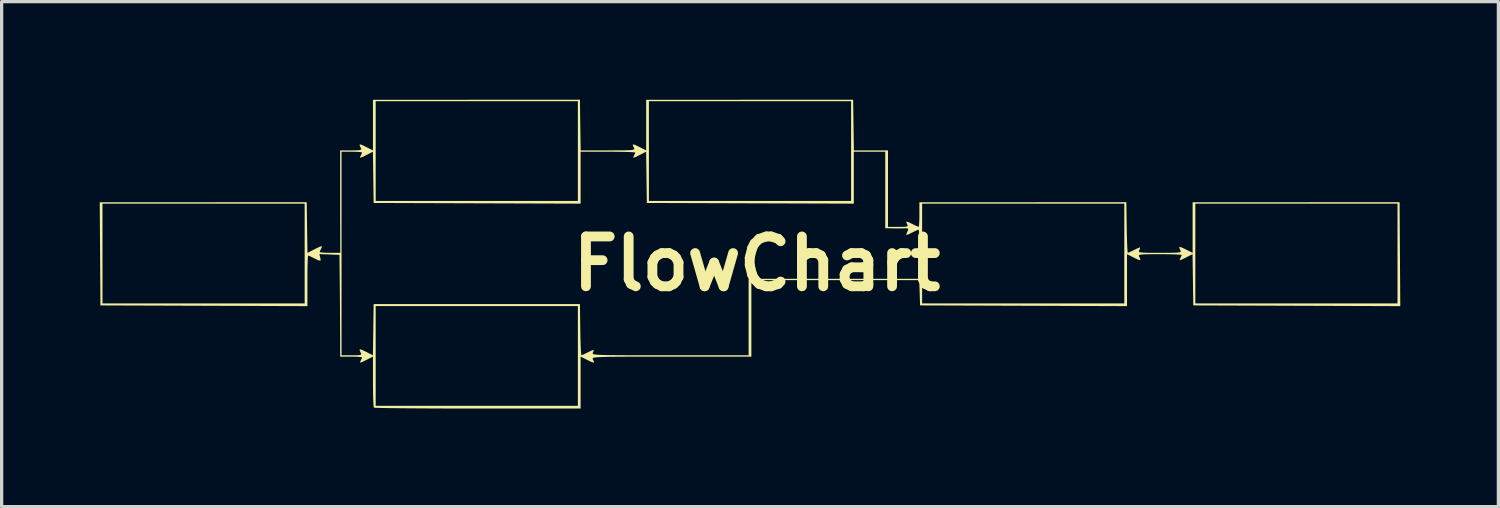
<source format=kicad_pcb>
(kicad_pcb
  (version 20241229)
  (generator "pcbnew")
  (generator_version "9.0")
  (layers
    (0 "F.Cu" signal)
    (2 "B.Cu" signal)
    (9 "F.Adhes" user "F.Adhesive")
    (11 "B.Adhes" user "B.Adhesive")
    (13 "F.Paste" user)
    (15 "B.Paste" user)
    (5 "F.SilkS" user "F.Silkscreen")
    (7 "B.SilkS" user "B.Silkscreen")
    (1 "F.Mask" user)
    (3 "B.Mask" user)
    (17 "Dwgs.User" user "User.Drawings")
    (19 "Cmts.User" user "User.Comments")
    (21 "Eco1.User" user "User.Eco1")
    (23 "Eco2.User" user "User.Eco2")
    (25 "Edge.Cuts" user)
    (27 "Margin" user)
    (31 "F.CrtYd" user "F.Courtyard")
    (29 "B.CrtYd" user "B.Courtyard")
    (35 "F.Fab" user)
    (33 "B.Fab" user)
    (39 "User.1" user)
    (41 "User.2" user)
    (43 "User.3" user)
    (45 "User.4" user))
  (footprint "FlowChart"
    (layer "F.Cu")
    (at 20.095 5.016)
    (property "Reference" "FlowChart" (at 0 0 0) (layer "F.SilkS") (effects (font (size 1.524 1.524) (thickness 0.3))))
    (attr board_only exclude_from_pos_files exclude_from_bom)
    (fp_poly (pts (xy 2.957 -4.241) (xy 2.968 -3.467) (xy 4.011 -3.467) (xy 4.011 -1.128) (xy 4.325 -1.128) (xy 4.484 -1.129) (xy 4.574 -1.136) (xy 4.611 -1.153) (xy 4.608 -1.185) (xy 4.595 -1.212) (xy 4.569 -1.271) (xy 4.583 -1.29) (xy 4.649 -1.267) (xy 4.763 -1.212) (xy 4.867 -1.161) (xy 4.937 -1.131) (xy 4.949 -1.128) (xy 4.959 -1.167) (xy 4.966 -1.27) (xy 4.971 -1.42) (xy 4.971 -1.504) (xy 4.971 -1.88) (xy 6.016 -1.881) (xy 6.276 -1.881) (xy 6.606 -1.881) (xy 6.991 -1.881) (xy 7.418 -1.881) (xy 7.873 -1.881) (xy 8.341 -1.881) (xy 8.81 -1.882) (xy 9.18 -1.882) (xy 11.3 -1.882) (xy 11.312 -1.108) (xy 11.317 -0.864) (xy 11.323 -0.652) (xy 11.33 -0.484) (xy 11.337 -0.374) (xy 11.345 -0.334) (xy 11.345 -0.334) (xy 11.392 -0.352) (xy 11.485 -0.395) (xy 11.53 -0.418) (xy 11.635 -0.469) (xy 11.706 -0.498) (xy 11.718 -0.501) (xy 11.72 -0.471) (xy 11.697 -0.418) (xy 11.684 -0.387) (xy 11.688 -0.364) (xy 11.722 -0.35) (xy 11.797 -0.341) (xy 11.925 -0.336) (xy 12.115 -0.334) (xy 12.324 -0.334) (xy 12.574 -0.335) (xy 12.752 -0.337) (xy 12.868 -0.342) (xy 12.935 -0.352) (xy 12.963 -0.368) (xy 12.963 -0.392) (xy 12.952 -0.415) (xy 12.918 -0.489) (xy 12.925 -0.518) (xy 12.985 -0.502) (xy 13.106 -0.445) (xy 13.118 -0.439) (xy 13.327 -0.333) (xy 13.327 -1.88) (xy 14.371 -1.881) (xy 14.631 -1.881) (xy 14.961 -1.881) (xy 15.346 -1.881) (xy 15.773 -1.881) (xy 16.228 -1.881) (xy 16.697 -1.881) (xy 17.165 -1.882) (xy 17.536 -1.882) (xy 19.656 -1.882) (xy 19.667 -0.293) (xy 19.678 1.296) (xy 16.513 1.285) (xy 13.348 1.274) (xy 13.347 1.212) (xy 13.41 1.212) (xy 19.593 1.212) (xy 19.593 -1.838) (xy 13.41 -1.838) (xy 13.41 1.212) (xy 13.347 1.212) (xy 13.336 0.491) (xy 13.325 -0.293) (xy 13.114 -0.186) (xy 12.997 -0.129) (xy 12.941 -0.109) (xy 12.931 -0.124) (xy 12.948 -0.162) (xy 12.983 -0.238) (xy 12.992 -0.269) (xy 12.953 -0.277) (xy 12.844 -0.284) (xy 12.679 -0.289) (xy 12.473 -0.292) (xy 12.323 -0.292) (xy 12.073 -0.292) (xy 11.896 -0.29) (xy 11.779 -0.284) (xy 11.713 -0.274) (xy 11.685 -0.258) (xy 11.685 -0.234) (xy 11.696 -0.212) (xy 11.73 -0.138) (xy 11.723 -0.109) (xy 11.663 -0.124) (xy 11.542 -0.182) (xy 11.53 -0.188) (xy 11.321 -0.294) (xy 11.321 1.296) (xy 8.157 1.285) (xy 4.992 1.274) (xy 4.99 1.212) (xy 5.055 1.212) (xy 11.238 1.212) (xy 11.238 -1.838) (xy 5.055 -1.838) (xy 5.055 1.212) (xy 4.99 1.212) (xy 4.98 0.888) (xy 4.968 0.501) (xy -0.167 0.501) (xy -0.167 2.841) (xy -2.612 2.841) (xy -3.125 2.841) (xy -3.561 2.841) (xy -3.925 2.842) (xy -4.224 2.843) (xy -4.465 2.846) (xy -4.653 2.849) (xy -4.794 2.854) (xy -4.896 2.86) (xy -4.963 2.868) (xy -5.002 2.878) (xy -5.02 2.89) (xy -5.022 2.904) (xy -5.015 2.921) (xy -5.015 2.922) (xy -4.98 2.996) (xy -4.988 3.024) (xy -5.047 3.009) (xy -5.169 2.951) (xy -5.18 2.945) (xy -5.389 2.839) (xy -5.389 4.428) (xy -8.536 4.428) (xy -9.042 4.428) (xy -9.523 4.427) (xy -9.973 4.425) (xy -10.386 4.423) (xy -10.754 4.42) (xy -11.073 4.417) (xy -11.334 4.413) (xy -11.532 4.409) (xy -11.659 4.405) (xy -11.711 4.401) (xy -11.711 4.4) (xy -11.72 4.352) (xy -11.721 4.345) (xy -11.656 4.345) (xy -5.473 4.345) (xy -5.473 1.295) (xy -11.656 1.295) (xy -11.656 4.345) (xy -11.721 4.345) (xy -11.728 4.233) (xy -11.734 4.058) (xy -11.738 3.841) (xy -11.739 3.606) (xy -11.739 2.839) (xy -11.951 2.947) (xy -12.068 3.004) (xy -12.125 3.024) (xy -12.135 3.009) (xy -12.118 2.971) (xy -12.082 2.896) (xy -12.073 2.864) (xy -12.112 2.853) (xy -12.214 2.845) (xy -12.36 2.841) (xy -12.408 2.841) (xy -12.742 2.841) (xy -12.742 2.799) (xy -12.7 2.799) (xy -12.385 2.799) (xy -12.226 2.798) (xy -12.136 2.791) (xy -12.1 2.773) (xy -12.102 2.742) (xy -12.114 2.718) (xy -12.148 2.644) (xy -12.141 2.615) (xy -12.081 2.631) (xy -11.959 2.689) (xy -11.949 2.694) (xy -11.741 2.799) (xy -11.718 1.232) (xy -5.41 1.232) (xy -5.399 2.016) (xy -5.394 2.261) (xy -5.388 2.475) (xy -5.381 2.645) (xy -5.373 2.757) (xy -5.366 2.799) (xy -5.366 2.799) (xy -5.319 2.782) (xy -5.225 2.738) (xy -5.18 2.715) (xy -5.076 2.665) (xy -5.005 2.635) (xy -4.992 2.632) (xy -4.99 2.663) (xy -5.013 2.715) (xy -5.021 2.733) (xy -5.021 2.748) (xy -5.007 2.761) (xy -4.971 2.771) (xy -4.909 2.779) (xy -4.814 2.786) (xy -4.679 2.79) (xy -4.498 2.794) (xy -4.266 2.796) (xy -3.975 2.798) (xy -3.62 2.799) (xy -3.194 2.799) (xy -2.691 2.799) (xy -0.251 2.799) (xy -0.251 0.46) (xy 4.971 0.46) (xy 4.971 -0.292) (xy 4.97 -0.533) (xy 4.967 -0.741) (xy 4.962 -0.905) (xy 4.956 -1.01) (xy 4.949 -1.044) (xy 4.901 -1.027) (xy 4.807 -0.983) (xy 4.763 -0.961) (xy 4.64 -0.901) (xy 4.58 -0.883) (xy 4.57 -0.905) (xy 4.594 -0.958) (xy 4.632 -1.046) (xy 4.615 -1.082) (xy 4.543 -1.085) (xy 4.451 -1.081) (xy 4.311 -1.08) (xy 4.188 -1.082) (xy 3.927 -1.086) (xy 3.927 -3.426) (xy 2.966 -3.426) (xy 2.966 -1.838) (xy -3.363 -1.859) (xy -3.364 -1.922) (xy -3.3 -1.922) (xy 2.883 -1.922) (xy 2.883 -4.971) (xy -3.3 -4.971) (xy -3.3 -1.922) (xy -3.364 -1.922) (xy -3.386 -3.426) (xy -3.596 -3.319) (xy -3.713 -3.262) (xy -3.77 -3.242) (xy -3.78 -3.258) (xy -3.762 -3.296) (xy -3.727 -3.371) (xy -3.718 -3.402) (xy -3.758 -3.409) (xy -3.869 -3.416) (xy -4.038 -3.421) (xy -4.253 -3.424) (xy -4.502 -3.426) (xy -4.554 -3.426) (xy -5.389 -3.426) (xy -5.389 -1.838) (xy -11.718 -1.859) (xy -11.719 -1.922) (xy -11.656 -1.922) (xy -5.473 -1.922) (xy -5.473 -4.971) (xy -11.656 -4.971) (xy -11.656 -1.922) (xy -11.719 -1.922) (xy -11.741 -3.426) (xy -11.951 -3.319) (xy -12.068 -3.262) (xy -12.125 -3.242) (xy -12.135 -3.258) (xy -12.118 -3.296) (xy -12.082 -3.371) (xy -12.073 -3.402) (xy -12.112 -3.413) (xy -12.213 -3.422) (xy -12.357 -3.426) (xy -12.387 -3.426) (xy -12.7 -3.426) (xy -12.7 2.799) (xy -12.742 2.799) (xy -12.743 2.308) (xy -12.744 2.107) (xy -12.745 1.844) (xy -12.747 1.538) (xy -12.749 1.21) (xy -12.752 0.882) (xy -12.753 0.752) (xy -12.763 -0.272) (xy -13.071 -0.284) (xy -13.378 -0.296) (xy -13.352 -0.19) (xy -13.338 -0.118) (xy -13.353 -0.091) (xy -13.412 -0.107) (xy -13.529 -0.164) (xy -13.536 -0.167) (xy -13.64 -0.218) (xy -13.71 -0.248) (xy -13.722 -0.251) (xy -13.729 -0.211) (xy -13.735 -0.101) (xy -13.74 0.067) (xy -13.743 0.279) (xy -13.744 0.522) (xy -13.744 1.296) (xy -16.909 1.285) (xy -20.074 1.274) (xy -20.074 1.212) (xy -20.011 1.212) (xy -13.828 1.212) (xy -13.828 -1.838) (xy -20.011 -1.838) (xy -20.011 1.212) (xy -20.074 1.212) (xy -20.084 -0.303) (xy -20.095 -1.88) (xy -19.051 -1.881) (xy -18.79 -1.881) (xy -18.461 -1.881) (xy -18.075 -1.881) (xy -17.648 -1.881) (xy -17.193 -1.881) (xy -16.724 -1.881) (xy -16.256 -1.882) (xy -15.885 -1.882) (xy -13.765 -1.882) (xy -13.743 -0.334) (xy -13.536 -0.438) (xy -13.399 -0.506) (xy -13.324 -0.535) (xy -13.299 -0.528) (xy -13.314 -0.484) (xy -13.325 -0.462) (xy -13.36 -0.388) (xy -13.368 -0.358) (xy -13.33 -0.347) (xy -13.229 -0.338) (xy -13.084 -0.334) (xy -13.054 -0.334) (xy -12.739 -0.334) (xy -12.742 -1.368) (xy -12.743 -1.692) (xy -12.743 -2.023) (xy -12.743 -2.341) (xy -12.743 -2.626) (xy -12.743 -2.856) (xy -12.743 -2.935) (xy -12.742 -3.467) (xy -12.406 -3.467) (xy -12.241 -3.469) (xy -12.144 -3.475) (xy -12.102 -3.491) (xy -12.1 -3.519) (xy -12.114 -3.548) (xy -12.148 -3.622) (xy -12.141 -3.651) (xy -12.081 -3.636) (xy -11.96 -3.578) (xy -11.948 -3.572) (xy -11.739 -3.466) (xy -11.739 -5.013) (xy -10.695 -5.014) (xy -10.435 -5.014) (xy -10.105 -5.014) (xy -9.72 -5.014) (xy -9.293 -5.014) (xy -8.838 -5.015) (xy -8.369 -5.015) (xy -7.901 -5.015) (xy -7.53 -5.015) (xy -5.41 -5.016) (xy -5.399 -4.241) (xy -5.387 -3.467) (xy -4.551 -3.467) (xy -4.268 -3.468) (xy -4.058 -3.469) (xy -3.911 -3.473) (xy -3.817 -3.48) (xy -3.765 -3.492) (xy -3.747 -3.509) (xy -3.751 -3.532) (xy -3.758 -3.548) (xy -3.793 -3.622) (xy -3.785 -3.651) (xy -3.726 -3.636) (xy -3.604 -3.578) (xy -3.593 -3.572) (xy -3.384 -3.466) (xy -3.384 -5.013) (xy -2.339 -5.014) (xy -2.079 -5.014) (xy -1.75 -5.014) (xy -1.364 -5.014) (xy -0.937 -5.014) (xy -0.482 -5.015) (xy -0.014 -5.015) (xy 0.455 -5.015) (xy 0.825 -5.015) (xy 2.945 -5.016)) (stroke (width 0) (type solid)) (fill yes) (layer "F.SilkS")))
  (gr_rect
    (start -3 -3)
    (end 42.773 12.444)
    (stroke (width 0.1) (type default))
    (fill no)
    (layer "Edge.Cuts")))
</source>
